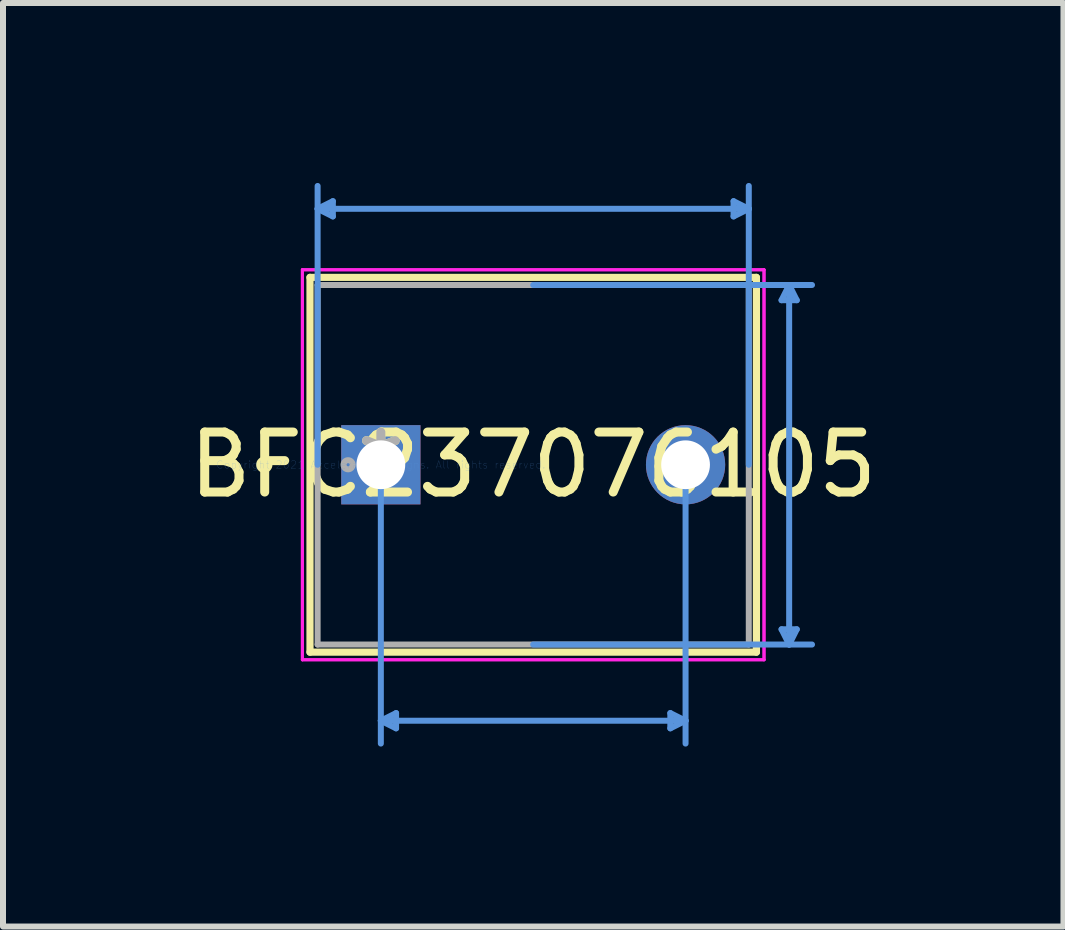
<source format=kicad_pcb>
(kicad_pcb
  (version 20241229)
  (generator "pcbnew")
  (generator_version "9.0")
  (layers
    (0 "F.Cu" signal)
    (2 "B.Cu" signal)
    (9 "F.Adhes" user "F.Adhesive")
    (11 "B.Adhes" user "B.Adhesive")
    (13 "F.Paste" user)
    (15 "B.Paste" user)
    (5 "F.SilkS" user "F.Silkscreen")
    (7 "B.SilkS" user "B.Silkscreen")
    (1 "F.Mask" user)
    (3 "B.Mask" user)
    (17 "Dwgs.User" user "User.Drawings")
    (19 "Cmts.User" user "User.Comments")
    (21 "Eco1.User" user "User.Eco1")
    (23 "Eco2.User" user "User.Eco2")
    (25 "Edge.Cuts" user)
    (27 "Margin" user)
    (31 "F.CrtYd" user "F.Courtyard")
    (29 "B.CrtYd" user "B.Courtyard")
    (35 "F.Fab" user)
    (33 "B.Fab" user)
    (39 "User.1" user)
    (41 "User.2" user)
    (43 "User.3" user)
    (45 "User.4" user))
  (footprint "BFC237076105"
    (layer "F.Cu")
    (at 3.299 4.698)
    (property "Reference" "BFC237076105" (at 2.54 0 0) (layer "F.SilkS") (effects (font (size 1 1) (thickness 0.15))))
    (attr through_hole)
    (fp_line (start -1.181 -3.124) (end -1.181 3.124) (stroke (width 0.12) (type solid)) (layer "F.SilkS"))
    (fp_line (start 6.261 -3.124) (end -1.181 -3.124) (stroke (width 0.12) (type solid)) (layer "F.SilkS"))
    (fp_line (start 6.261 -3.124) (end 6.261 3.124) (stroke (width 0.12) (type solid)) (layer "F.SilkS"))
    (fp_line (start 6.261 3.124) (end -1.181 3.124) (stroke (width 0.12) (type solid)) (layer "F.SilkS"))
    (fp_circle (center -1.943 0) (end -1.867 0) (stroke (width 0.12) (type solid)) (fill no) (layer "F.SilkS"))
    (fp_line (start -1.054 -4.267) (end -0.8 -4.394) (stroke (width 0.1) (type solid)) (layer "Cmts.User"))
    (fp_line (start -1.054 -4.267) (end -0.8 -4.14) (stroke (width 0.1) (type solid)) (layer "Cmts.User"))
    (fp_line (start -1.054 -4.267) (end 6.134 -4.267) (stroke (width 0.1) (type solid)) (layer "Cmts.User"))
    (fp_line (start -1.054 0) (end -1.054 -4.648) (stroke (width 0.1) (type solid)) (layer "Cmts.User"))
    (fp_line (start -0.8 -4.394) (end -0.8 -4.14) (stroke (width 0.1) (type solid)) (layer "Cmts.User"))
    (fp_line (start 0 0) (end 0 4.648) (stroke (width 0.1) (type solid)) (layer "Cmts.User"))
    (fp_line (start 0 4.267) (end 0.254 4.14) (stroke (width 0.1) (type solid)) (layer "Cmts.User"))
    (fp_line (start 0 4.267) (end 0.254 4.394) (stroke (width 0.1) (type solid)) (layer "Cmts.User"))
    (fp_line (start 0 4.267) (end 5.08 4.267) (stroke (width 0.1) (type solid)) (layer "Cmts.User"))
    (fp_line (start 0.254 4.14) (end 0.254 4.394) (stroke (width 0.1) (type solid)) (layer "Cmts.User"))
    (fp_line (start 2.54 -2.997) (end 7.188 -2.997) (stroke (width 0.1) (type solid)) (layer "Cmts.User"))
    (fp_line (start 2.54 2.997) (end 7.188 2.997) (stroke (width 0.1) (type solid)) (layer "Cmts.User"))
    (fp_line (start 4.826 4.14) (end 4.826 4.394) (stroke (width 0.1) (type solid)) (layer "Cmts.User"))
    (fp_line (start 5.08 0) (end 5.08 4.648) (stroke (width 0.1) (type solid)) (layer "Cmts.User"))
    (fp_line (start 5.08 4.267) (end 4.826 4.14) (stroke (width 0.1) (type solid)) (layer "Cmts.User"))
    (fp_line (start 5.08 4.267) (end 4.826 4.394) (stroke (width 0.1) (type solid)) (layer "Cmts.User"))
    (fp_line (start 5.88 -4.394) (end 5.88 -4.14) (stroke (width 0.1) (type solid)) (layer "Cmts.User"))
    (fp_line (start 6.134 -4.267) (end 5.88 -4.394) (stroke (width 0.1) (type solid)) (layer "Cmts.User"))
    (fp_line (start 6.134 -4.267) (end 5.88 -4.14) (stroke (width 0.1) (type solid)) (layer "Cmts.User"))
    (fp_line (start 6.134 0) (end 6.134 -4.648) (stroke (width 0.1) (type solid)) (layer "Cmts.User"))
    (fp_line (start 6.68 -2.743) (end 6.934 -2.743) (stroke (width 0.1) (type solid)) (layer "Cmts.User"))
    (fp_line (start 6.68 2.743) (end 6.934 2.743) (stroke (width 0.1) (type solid)) (layer "Cmts.User"))
    (fp_line (start 6.807 -2.997) (end 6.68 -2.743) (stroke (width 0.1) (type solid)) (layer "Cmts.User"))
    (fp_line (start 6.807 -2.997) (end 6.807 2.997) (stroke (width 0.1) (type solid)) (layer "Cmts.User"))
    (fp_line (start 6.807 -2.997) (end 6.934 -2.743) (stroke (width 0.1) (type solid)) (layer "Cmts.User"))
    (fp_line (start 6.807 2.997) (end 6.68 2.743) (stroke (width 0.1) (type solid)) (layer "Cmts.User"))
    (fp_line (start 6.807 2.997) (end 6.934 2.743) (stroke (width 0.1) (type solid)) (layer "Cmts.User"))
    (fp_line (start -1.308 -3.251) (end 6.388 -3.251) (stroke (width 0.05) (type solid)) (layer "F.CrtYd"))
    (fp_line (start -1.308 -3.251) (end 6.388 -3.251) (stroke (width 0.05) (type solid)) (layer "F.CrtYd"))
    (fp_line (start -1.308 3.251) (end -1.308 -3.251) (stroke (width 0.05) (type solid)) (layer "F.CrtYd"))
    (fp_line (start -1.308 3.251) (end -1.308 -3.251) (stroke (width 0.05) (type solid)) (layer "F.CrtYd"))
    (fp_line (start 6.388 -3.251) (end 6.388 3.251) (stroke (width 0.05) (type solid)) (layer "F.CrtYd"))
    (fp_line (start 6.388 -3.251) (end 6.388 3.251) (stroke (width 0.05) (type solid)) (layer "F.CrtYd"))
    (fp_line (start 6.388 3.251) (end -1.308 3.251) (stroke (width 0.05) (type solid)) (layer "F.CrtYd"))
    (fp_line (start 6.388 3.251) (end -1.308 3.251) (stroke (width 0.05) (type solid)) (layer "F.CrtYd"))
    (fp_line (start -1.054 -2.997) (end -1.054 2.997) (stroke (width 0.1) (type solid)) (layer "F.Fab"))
    (fp_line (start 6.134 -2.997) (end -1.054 -2.997) (stroke (width 0.1) (type solid)) (layer "F.Fab"))
    (fp_line (start 6.134 -2.997) (end 6.134 2.997) (stroke (width 0.1) (type solid)) (layer "F.Fab"))
    (fp_line (start 6.134 2.997) (end -1.054 2.997) (stroke (width 0.1) (type solid)) (layer "F.Fab"))
    (fp_circle (center -0.546 0) (end -0.47 0) (stroke (width 0.1) (type solid)) (fill no) (layer "F.Fab"))
    (fp_text user "*" (at 0 0 0) (layer "F.SilkS") (effects (font (size 1 1) (thickness 0.15))))
    (fp_text user "Copyright 2021 Accelerated Designs. All rights reserved." (at 0 0 0) (layer "Cmts.User") (effects (font (size 0.127 0.127) (thickness 0.002))))
    (fp_text user "*" (at 0 0 0) (layer "F.Fab") (effects (font (size 1 1) (thickness 0.15))))
    (pad "1" thru_hole rect (at 0 0) (size 1.321 1.321) (drill 0.813) (layers "*.Cu" "*.Mask"))
    (pad "2" thru_hole circle (at 5.08 0) (size 1.321 1.321) (drill 0.813) (layers "*.Cu" "*.Mask")))
  (gr_rect
    (start -3 -3)
    (end 14.679 12.396)
    (stroke (width 0.1) (type default))
    (fill no)
    (layer "Edge.Cuts")))
</source>
